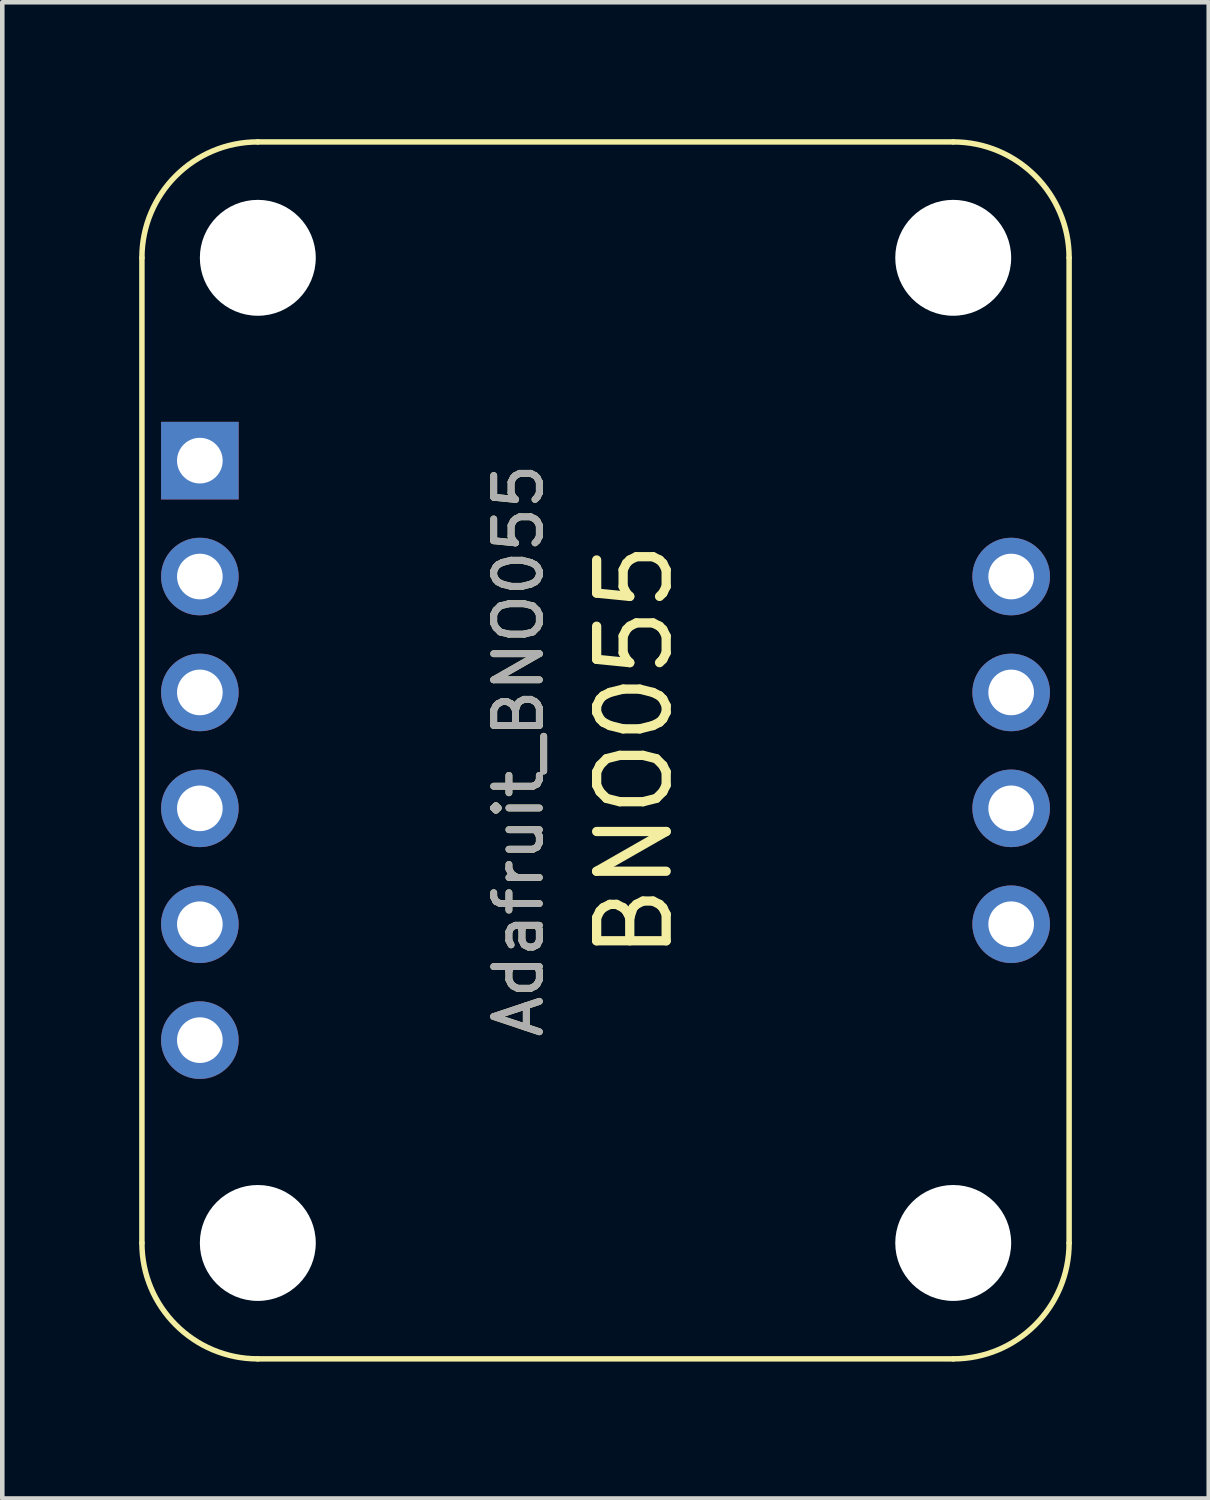
<source format=kicad_pcb>
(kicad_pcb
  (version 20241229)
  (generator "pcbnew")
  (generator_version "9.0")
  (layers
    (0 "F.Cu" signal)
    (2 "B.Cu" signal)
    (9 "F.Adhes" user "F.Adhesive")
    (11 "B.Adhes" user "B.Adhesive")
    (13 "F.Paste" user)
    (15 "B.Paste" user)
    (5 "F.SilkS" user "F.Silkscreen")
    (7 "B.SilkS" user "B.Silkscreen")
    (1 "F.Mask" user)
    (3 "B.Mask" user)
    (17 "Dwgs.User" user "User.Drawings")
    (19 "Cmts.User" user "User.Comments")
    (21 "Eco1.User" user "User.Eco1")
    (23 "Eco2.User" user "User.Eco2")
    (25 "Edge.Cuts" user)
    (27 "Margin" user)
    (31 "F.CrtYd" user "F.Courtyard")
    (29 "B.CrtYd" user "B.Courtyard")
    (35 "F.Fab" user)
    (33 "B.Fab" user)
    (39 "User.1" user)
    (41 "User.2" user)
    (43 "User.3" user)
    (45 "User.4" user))
  (footprint "Adafruit_BNO055"
    (layer "F.Cu")
    (at 1.33 7.045)
    (property "Reference" "Adafruit_BNO055" (at 6.985 6.35 90) (layer "F.SilkS") (effects (font (size 1 1) (thickness 0.15))))
    (attr through_hole)
    (fp_line (start -1.27 -4.445) (end -1.27 17.145) (stroke (width 0.12) (type solid)) (layer "F.SilkS"))
    (fp_line (start 1.27 -6.985) (end 16.51 -6.985) (stroke (width 0.12) (type solid)) (layer "F.SilkS"))
    (fp_line (start 16.51 19.685) (end 1.27 19.685) (stroke (width 0.12) (type solid)) (layer "F.SilkS"))
    (fp_line (start 19.05 -4.445) (end 19.05 17.145) (stroke (width 0.12) (type solid)) (layer "F.SilkS"))
    (fp_arc (start -1.27 -4.445) (mid -0.526051 -6.241051) (end 1.27 -6.985) (stroke (width 0.12) (type solid)) (layer "F.SilkS"))
    (fp_arc (start 1.27 19.685) (mid -0.526051 18.941051) (end -1.27 17.145) (stroke (width 0.12) (type solid)) (layer "F.SilkS"))
    (fp_arc (start 16.51 -6.985) (mid 18.306051 -6.241051) (end 19.05 -4.445) (stroke (width 0.12) (type solid)) (layer "F.SilkS"))
    (fp_arc (start 19.05 17.145) (mid 18.306051 18.941051) (end 16.51 19.685) (stroke (width 0.12) (type solid)) (layer "F.SilkS"))
    (fp_text user "BNO055" (at 9.525 6.35 90) (layer "F.SilkS") (effects (font (size 1.524 1.524) (thickness 0.203))))
    (fp_text user "${REFERENCE}" (at 6.985 6.35 90) (layer "F.Fab") (effects (font (size 1 1) (thickness 0.15))))
    (pad "" np_thru_hole circle (at 1.27 -4.445) (size 2.54 2.54) (drill 2.54) (layers "*.Cu" "*.Mask"))
    (pad "" np_thru_hole circle (at 1.27 17.145) (size 2.54 2.54) (drill 2.54) (layers "*.Cu" "*.Mask"))
    (pad "" np_thru_hole circle (at 16.51 -4.445) (size 2.54 2.54) (drill 2.54) (layers "*.Cu" "*.Mask"))
    (pad "" np_thru_hole circle (at 16.51 17.145) (size 2.54 2.54) (drill 2.54) (layers "*.Cu" "*.Mask"))
    (pad "1" thru_hole rect (at 0 0) (size 1.7 1.7) (drill 1) (layers "*.Cu" "*.Mask"))
    (pad "2" thru_hole oval (at 0 2.54) (size 1.7 1.7) (drill 1) (layers "*.Cu" "*.Mask"))
    (pad "3" thru_hole oval (at 0 5.08) (size 1.7 1.7) (drill 1) (layers "*.Cu" "*.Mask"))
    (pad "4" thru_hole oval (at 0 7.62) (size 1.7 1.7) (drill 1) (layers "*.Cu" "*.Mask"))
    (pad "5" thru_hole oval (at 0 10.16) (size 1.7 1.7) (drill 1) (layers "*.Cu" "*.Mask"))
    (pad "6" thru_hole oval (at 0 12.7) (size 1.7 1.7) (drill 1) (layers "*.Cu" "*.Mask"))
    (pad "7" thru_hole oval (at 17.78 10.16) (size 1.7 1.7) (drill 1) (layers "*.Cu" "*.Mask"))
    (pad "8" thru_hole oval (at 17.78 7.62) (size 1.7 1.7) (drill 1) (layers "*.Cu" "*.Mask"))
    (pad "9" thru_hole oval (at 17.78 5.08) (size 1.7 1.7) (drill 1) (layers "*.Cu" "*.Mask"))
    (pad "10" thru_hole oval (at 17.78 2.54) (size 1.7 1.7) (drill 1) (layers "*.Cu" "*.Mask")))
  (gr_rect
    (start -3 -3)
    (end 23.44 29.79)
    (stroke (width 0.1) (type default))
    (fill no)
    (layer "Edge.Cuts")))
</source>
